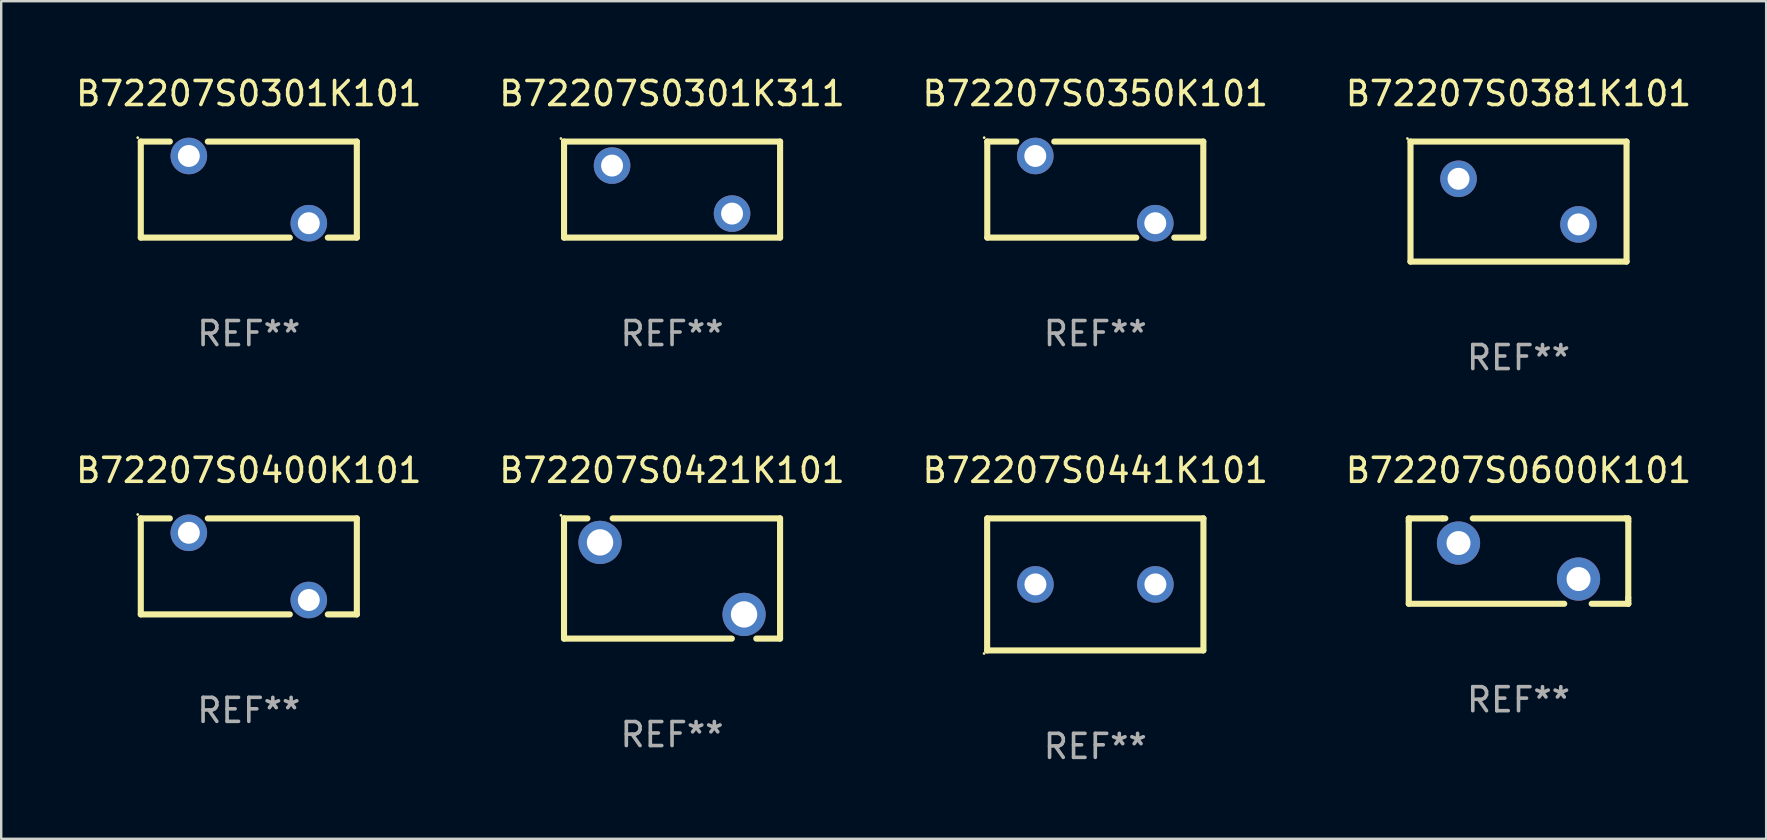
<source format=kicad_pcb>
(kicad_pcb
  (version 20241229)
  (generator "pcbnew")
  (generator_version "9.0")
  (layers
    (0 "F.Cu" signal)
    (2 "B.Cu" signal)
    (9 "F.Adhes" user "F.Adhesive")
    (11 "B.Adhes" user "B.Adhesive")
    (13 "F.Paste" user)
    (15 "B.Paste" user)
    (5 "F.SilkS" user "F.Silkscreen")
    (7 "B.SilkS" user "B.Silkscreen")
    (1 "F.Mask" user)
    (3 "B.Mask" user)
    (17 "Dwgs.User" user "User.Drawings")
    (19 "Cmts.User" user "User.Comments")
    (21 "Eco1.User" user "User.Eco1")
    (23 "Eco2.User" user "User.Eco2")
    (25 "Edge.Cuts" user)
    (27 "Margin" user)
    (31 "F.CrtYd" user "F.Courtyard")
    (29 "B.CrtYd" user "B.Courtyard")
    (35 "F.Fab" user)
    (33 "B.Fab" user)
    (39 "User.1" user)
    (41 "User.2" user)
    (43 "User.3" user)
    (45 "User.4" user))
  (footprint "B72207S0400K101"
    (layer "F.Cu")
    (at 7.315 20.545)
    (property "Reference" "B72207S0400K101" (at 0 -4 0) (layer "F.SilkS") (effects (font (size 1 1) (thickness 0.15))))
    (attr through_hole)
    (fp_line (start -4.5 -2) (end -3.29 -2) (stroke (width 0.254) (type solid)) (layer "F.SilkS"))
    (fp_line (start -4.5 1.998) (end -4.5 -2) (stroke (width 0.254) (type solid)) (layer "F.SilkS"))
    (fp_line (start -1.709 -2) (end 4.5 -2) (stroke (width 0.254) (type solid)) (layer "F.SilkS"))
    (fp_line (start 1.708 2) (end -4.5 2) (stroke (width 0.254) (type solid)) (layer "F.SilkS"))
    (fp_line (start 4.5 -2) (end 4.5 2) (stroke (width 0.254) (type solid)) (layer "F.SilkS"))
    (fp_line (start 4.5 2) (end 3.29 2) (stroke (width 0.254) (type solid)) (layer "F.SilkS"))
    (fp_circle (center -4.627 -2.162) (end -4.597 -2.162) (stroke (width 0.06) (type solid)) (fill no) (layer "F.SilkS"))
    (fp_text user "REF**" (at 0 6 0) (layer "F.Fab") (effects (font (size 1 1) (thickness 0.15))))
    (pad "1" thru_hole circle (at -2.499 -1.4) (size 1.524 1.524) (drill 0.914) (layers "*.Cu" "*.Mask"))
    (pad "2" thru_hole circle (at 2.499 1.4) (size 1.524 1.524) (drill 0.914) (layers "*.Cu" "*.Mask")))
  (footprint "B72207S0421K101"
    (layer "F.Cu")
    (at 24.946 21.049)
    (property "Reference" "B72207S0421K101" (at 0 -4.504 0) (layer "F.SilkS") (effects (font (size 1 1) (thickness 0.15))))
    (attr through_hole)
    (fp_line (start -4.5 -2.504) (end -4.5 2.504) (stroke (width 0.254) (type solid)) (layer "F.SilkS"))
    (fp_line (start -4.5 -2.504) (end -3.526 -2.504) (stroke (width 0.254) (type solid)) (layer "F.SilkS"))
    (fp_line (start -4.5 2.504) (end 2.49 2.504) (stroke (width 0.254) (type solid)) (layer "F.SilkS"))
    (fp_line (start -2.474 -2.504) (end 4.5 -2.504) (stroke (width 0.254) (type solid)) (layer "F.SilkS"))
    (fp_line (start 3.51 2.504) (end 4.5 2.504) (stroke (width 0.254) (type solid)) (layer "F.SilkS"))
    (fp_line (start 4.5 2.504) (end 4.5 -2.504) (stroke (width 0.254) (type solid)) (layer "F.SilkS"))
    (fp_circle (center -4.627 -2.631) (end -4.597 -2.631) (stroke (width 0.06) (type solid)) (fill no) (layer "F.SilkS"))
    (fp_text user "REF**" (at 0 6.504 0) (layer "F.Fab") (effects (font (size 1 1) (thickness 0.15))))
    (pad "1" thru_hole circle (at -3 -1.504) (size 1.8 1.8) (drill 1.1) (layers "*.Cu" "*.Mask"))
    (pad "2" thru_hole circle (at 3 1.496) (size 1.8 1.8) (drill 1.1) (layers "*.Cu" "*.Mask")))
  (footprint "B72207S0301K311"
    (layer "F.Cu")
    (at 24.946 4.848)
    (property "Reference" "B72207S0301K311" (at 0 -4 0) (layer "F.SilkS") (effects (font (size 1 1) (thickness 0.15))))
    (attr through_hole)
    (fp_line (start -4.499 -2) (end 4.501 -2) (stroke (width 0.254) (type solid)) (layer "F.SilkS"))
    (fp_line (start -4.499 1.998) (end -4.499 -2) (stroke (width 0.254) (type solid)) (layer "F.SilkS"))
    (fp_line (start 4.501 -2) (end 4.501 2) (stroke (width 0.254) (type solid)) (layer "F.SilkS"))
    (fp_line (start 4.501 2) (end -4.501 2) (stroke (width 0.254) (type solid)) (layer "F.SilkS"))
    (fp_circle (center -4.628 -2.127) (end -4.598 -2.127) (stroke (width 0.06) (type solid)) (fill no) (layer "F.SilkS"))
    (fp_text user "REF**" (at 0 6 0) (layer "F.Fab") (effects (font (size 1 1) (thickness 0.15))))
    (pad "1" thru_hole circle (at -2.499 -1) (size 1.524 1.524) (drill 0.914) (layers "*.Cu" "*.Mask"))
    (pad "2" thru_hole circle (at 2.5 1) (size 1.524 1.524) (drill 0.914) (layers "*.Cu" "*.Mask")))
  (footprint "B72207S0381K101"
    (layer "F.Cu")
    (at 60.208 5.348)
    (property "Reference" "B72207S0381K101" (at 0 -4.5 0) (layer "F.SilkS") (effects (font (size 1 1) (thickness 0.15))))
    (attr through_hole)
    (fp_line (start -4.5 -2.5) (end 4.5 -2.5) (stroke (width 0.254) (type solid)) (layer "F.SilkS"))
    (fp_line (start -4.5 2.5) (end -4.5 -2.5) (stroke (width 0.254) (type solid)) (layer "F.SilkS"))
    (fp_line (start 4.5 -2.5) (end 4.5 2.5) (stroke (width 0.254) (type solid)) (layer "F.SilkS"))
    (fp_line (start 4.5 2.5) (end -4.5 2.5) (stroke (width 0.254) (type solid)) (layer "F.SilkS"))
    (fp_circle (center -4.627 -2.627) (end -4.597 -2.627) (stroke (width 0.06) (type solid)) (fill no) (layer "F.SilkS"))
    (fp_text user "REF**" (at 0 6.5 0) (layer "F.Fab") (effects (font (size 1 1) (thickness 0.15))))
    (pad "1" thru_hole circle (at -2.499 -0.95) (size 1.524 1.524) (drill 0.914) (layers "*.Cu" "*.Mask"))
    (pad "2" thru_hole circle (at 2.499 0.95) (size 1.524 1.524) (drill 0.914) (layers "*.Cu" "*.Mask")))
  (footprint "B72207S0441K101"
    (layer "F.Cu")
    (at 42.577 21.295)
    (property "Reference" "B72207S0441K101" (at 0 -4.75 0) (layer "F.SilkS") (effects (font (size 1 1) (thickness 0.15))))
    (attr through_hole)
    (fp_line (start -4.505 2.75) (end -4.505 -2.75) (stroke (width 0.254) (type solid)) (layer "F.SilkS"))
    (fp_line (start -4.495 -2.75) (end 4.505 -2.75) (stroke (width 0.254) (type solid)) (layer "F.SilkS"))
    (fp_line (start 4.497 2.75) (end -4.505 2.75) (stroke (width 0.254) (type solid)) (layer "F.SilkS"))
    (fp_line (start 4.505 -2.75) (end 4.505 2.75) (stroke (width 0.254) (type solid)) (layer "F.SilkS"))
    (fp_circle (center -4.632 2.877) (end -4.602 2.877) (stroke (width 0.06) (type solid)) (fill no) (layer "F.SilkS"))
    (fp_text user "REF**" (at 0 6.75 0) (layer "F.Fab") (effects (font (size 1 1) (thickness 0.15))))
    (pad "1" thru_hole circle (at -2.494 0) (size 1.524 1.524) (drill 0.914) (layers "*.Cu" "*.Mask"))
    (pad "2" thru_hole circle (at 2.504 0) (size 1.524 1.524) (drill 0.914) (layers "*.Cu" "*.Mask")))
  (footprint "B72207S0600K101"
    (layer "F.Cu")
    (at 60.208 20.323)
    (property "Reference" "B72207S0600K101" (at 0 -3.778 0) (layer "F.SilkS") (effects (font (size 1 1) (thickness 0.15))))
    (attr through_hole)
    (fp_line (start -4.572 -1.778) (end -3.175 -1.778) (stroke (width 0.254) (type solid)) (layer "F.SilkS"))
    (fp_line (start -4.572 -1.651) (end -4.572 -1.778) (stroke (width 0.254) (type solid)) (layer "F.SilkS"))
    (fp_line (start -4.572 1.778) (end -4.572 -1.651) (stroke (width 0.254) (type solid)) (layer "F.SilkS"))
    (fp_line (start -4.572 1.778) (end 1.905 1.778) (stroke (width 0.254) (type solid)) (layer "F.SilkS"))
    (fp_line (start -3.175 -1.778) (end -3.048 -1.778) (stroke (width 0.254) (type solid)) (layer "F.SilkS"))
    (fp_line (start 4.445 -1.778) (end -1.905 -1.778) (stroke (width 0.254) (type solid)) (layer "F.SilkS"))
    (fp_line (start 4.445 -1.778) (end 4.572 -1.778) (stroke (width 0.254) (type solid)) (layer "F.SilkS"))
    (fp_line (start 4.572 -1.778) (end 4.572 -1.651) (stroke (width 0.254) (type solid)) (layer "F.SilkS"))
    (fp_line (start 4.572 -1.651) (end 4.572 1.524) (stroke (width 0.254) (type solid)) (layer "F.SilkS"))
    (fp_line (start 4.572 1.524) (end 4.572 1.651) (stroke (width 0.254) (type solid)) (layer "F.SilkS"))
    (fp_line (start 4.572 1.651) (end 4.572 1.778) (stroke (width 0.254) (type solid)) (layer "F.SilkS"))
    (fp_line (start 4.572 1.778) (end 3.048 1.778) (stroke (width 0.254) (type solid)) (layer "F.SilkS"))
    (fp_line (start 4.572 1.778) (end 4.572 1.777) (stroke (width 0.254) (type solid)) (layer "F.SilkS"))
    (fp_circle (center -4.5 -1.701) (end -4.47 -1.701) (stroke (width 0.06) (type solid)) (fill no) (layer "F.SilkS"))
    (fp_text user "REF**" (at 0 5.778 0) (layer "F.Fab") (effects (font (size 1 1) (thickness 0.15))))
    (pad "1" thru_hole circle (at -2.5 -0.751) (size 1.8 1.8) (drill 1) (layers "*.Cu" "*.Mask"))
    (pad "2" thru_hole circle (at 2.5 0.749) (size 1.8 1.8) (drill 1) (layers "*.Cu" "*.Mask")))
  (footprint "B72207S0350K101"
    (layer "F.Cu")
    (at 42.577 4.848)
    (property "Reference" "B72207S0350K101" (at 0 -4 0) (layer "F.SilkS") (effects (font (size 1 1) (thickness 0.15))))
    (attr through_hole)
    (fp_line (start -4.5 -2) (end -3.29 -2) (stroke (width 0.254) (type solid)) (layer "F.SilkS"))
    (fp_line (start -4.5 1.998) (end -4.5 -2) (stroke (width 0.254) (type solid)) (layer "F.SilkS"))
    (fp_line (start -1.709 -2) (end 4.5 -2) (stroke (width 0.254) (type solid)) (layer "F.SilkS"))
    (fp_line (start 1.708 2) (end -4.5 2) (stroke (width 0.254) (type solid)) (layer "F.SilkS"))
    (fp_line (start 4.5 -2) (end 4.5 2) (stroke (width 0.254) (type solid)) (layer "F.SilkS"))
    (fp_line (start 4.5 2) (end 3.29 2) (stroke (width 0.254) (type solid)) (layer "F.SilkS"))
    (fp_circle (center -4.627 -2.162) (end -4.597 -2.162) (stroke (width 0.06) (type solid)) (fill no) (layer "F.SilkS"))
    (fp_text user "REF**" (at 0 6 0) (layer "F.Fab") (effects (font (size 1 1) (thickness 0.15))))
    (pad "1" thru_hole circle (at -2.499 -1.4) (size 1.524 1.524) (drill 0.914) (layers "*.Cu" "*.Mask"))
    (pad "2" thru_hole circle (at 2.499 1.4) (size 1.524 1.524) (drill 0.914) (layers "*.Cu" "*.Mask")))
  (footprint "B72207S0301K101"
    (layer "F.Cu")
    (at 7.315 4.848)
    (property "Reference" "B72207S0301K101" (at 0 -4 0) (layer "F.SilkS") (effects (font (size 1 1) (thickness 0.15))))
    (attr through_hole)
    (fp_line (start -4.5 -2) (end -3.29 -2) (stroke (width 0.254) (type solid)) (layer "F.SilkS"))
    (fp_line (start -4.5 1.998) (end -4.5 -2) (stroke (width 0.254) (type solid)) (layer "F.SilkS"))
    (fp_line (start -1.709 -2) (end 4.5 -2) (stroke (width 0.254) (type solid)) (layer "F.SilkS"))
    (fp_line (start 1.708 2) (end -4.5 2) (stroke (width 0.254) (type solid)) (layer "F.SilkS"))
    (fp_line (start 4.5 -2) (end 4.5 2) (stroke (width 0.254) (type solid)) (layer "F.SilkS"))
    (fp_line (start 4.5 2) (end 3.29 2) (stroke (width 0.254) (type solid)) (layer "F.SilkS"))
    (fp_circle (center -4.627 -2.162) (end -4.597 -2.162) (stroke (width 0.06) (type solid)) (fill no) (layer "F.SilkS"))
    (fp_text user "REF**" (at 0 6 0) (layer "F.Fab") (effects (font (size 1 1) (thickness 0.15))))
    (pad "1" thru_hole circle (at -2.499 -1.4) (size 1.524 1.524) (drill 0.914) (layers "*.Cu" "*.Mask"))
    (pad "2" thru_hole circle (at 2.499 1.4) (size 1.524 1.524) (drill 0.914) (layers "*.Cu" "*.Mask")))
  (gr_rect
    (start -3 -3)
    (end 70.524 31.893)
    (stroke (width 0.1) (type default))
    (fill no)
    (layer "Edge.Cuts")))
</source>
